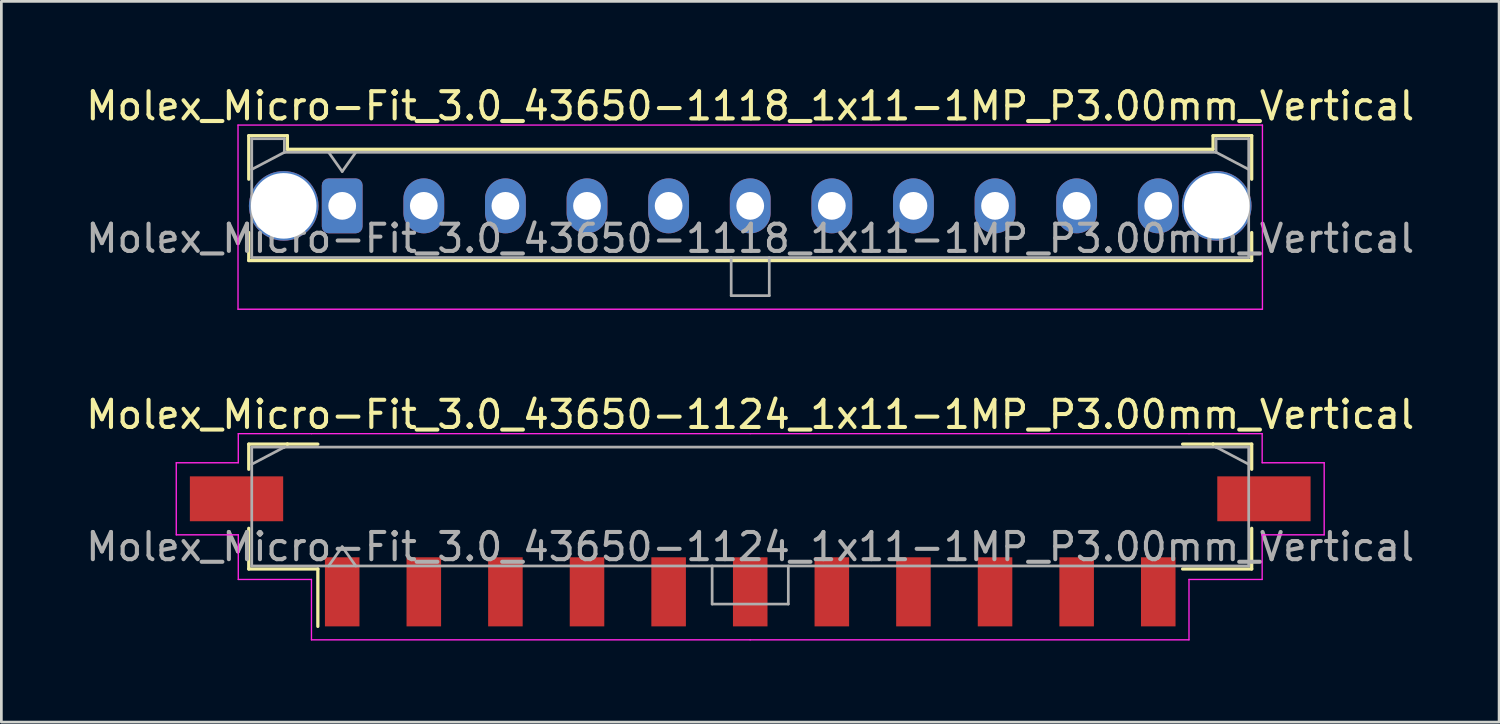
<source format=kicad_pcb>
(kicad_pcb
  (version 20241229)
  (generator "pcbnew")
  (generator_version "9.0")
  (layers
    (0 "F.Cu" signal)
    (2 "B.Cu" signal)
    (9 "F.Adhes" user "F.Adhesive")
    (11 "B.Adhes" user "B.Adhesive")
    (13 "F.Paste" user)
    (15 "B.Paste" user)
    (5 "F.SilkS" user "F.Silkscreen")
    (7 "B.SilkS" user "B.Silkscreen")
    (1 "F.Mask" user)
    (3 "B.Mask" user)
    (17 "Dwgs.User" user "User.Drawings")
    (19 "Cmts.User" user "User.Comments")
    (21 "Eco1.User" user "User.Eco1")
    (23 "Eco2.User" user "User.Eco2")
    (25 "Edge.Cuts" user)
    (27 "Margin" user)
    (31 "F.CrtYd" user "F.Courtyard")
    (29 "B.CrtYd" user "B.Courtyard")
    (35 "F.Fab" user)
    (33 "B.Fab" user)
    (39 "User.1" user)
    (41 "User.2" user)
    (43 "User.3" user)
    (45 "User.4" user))
  (footprint "Molex_Micro-Fit_3.0_43650-1124_1x11-1MP_P3.00mm_Vertical"
    (layer "F.Cu")
    (at 24.53 15.572)
    (property "Reference" "Molex_Micro-Fit_3.0_43650-1124_1x11-1MP_P3.00mm_Vertical" (at 0 -3.38 0) (layer "F.SilkS") (effects (font (size 1 1) (thickness 0.15))))
    (attr smd)
    (fp_line (start -18.435 -2.295) (end -17.015 -2.295) (stroke (width 0.12) (type solid)) (layer "F.SilkS"))
    (fp_line (start -18.435 -1.37) (end -18.435 -2.295) (stroke (width 0.12) (type solid)) (layer "F.SilkS"))
    (fp_line (start -18.435 0.8) (end -18.435 2.295) (stroke (width 0.12) (type solid)) (layer "F.SilkS"))
    (fp_line (start -18.435 2.295) (end -15.895 2.295) (stroke (width 0.12) (type solid)) (layer "F.SilkS"))
    (fp_line (start -17.015 -2.295) (end -17.015 -2.295) (stroke (width 0.12) (type solid)) (layer "F.SilkS"))
    (fp_line (start -17.015 -2.295) (end -15.895 -2.295) (stroke (width 0.12) (type solid)) (layer "F.SilkS"))
    (fp_line (start -15.895 2.295) (end -15.895 4.405) (stroke (width 0.12) (type solid)) (layer "F.SilkS"))
    (fp_line (start 17.015 -2.295) (end 15.895 -2.295) (stroke (width 0.12) (type solid)) (layer "F.SilkS"))
    (fp_line (start 17.015 -2.295) (end 17.015 -2.295) (stroke (width 0.12) (type solid)) (layer "F.SilkS"))
    (fp_line (start 18.435 -2.295) (end 17.015 -2.295) (stroke (width 0.12) (type solid)) (layer "F.SilkS"))
    (fp_line (start 18.435 -1.37) (end 18.435 -2.295) (stroke (width 0.12) (type solid)) (layer "F.SilkS"))
    (fp_line (start 18.435 0.8) (end 18.435 2.295) (stroke (width 0.12) (type solid)) (layer "F.SilkS"))
    (fp_line (start 18.435 2.295) (end 15.895 2.295) (stroke (width 0.12) (type solid)) (layer "F.SilkS"))
    (fp_line (start -21.1 -1.61) (end -21.1 1.04) (stroke (width 0.05) (type solid)) (layer "F.CrtYd"))
    (fp_line (start -21.1 1.04) (end -18.82 1.04) (stroke (width 0.05) (type solid)) (layer "F.CrtYd"))
    (fp_line (start -18.82 -2.68) (end -18.82 -1.61) (stroke (width 0.05) (type solid)) (layer "F.CrtYd"))
    (fp_line (start -18.82 -1.61) (end -21.1 -1.61) (stroke (width 0.05) (type solid)) (layer "F.CrtYd"))
    (fp_line (start -18.82 1.04) (end -18.82 2.68) (stroke (width 0.05) (type solid)) (layer "F.CrtYd"))
    (fp_line (start -18.82 2.68) (end -16.13 2.68) (stroke (width 0.05) (type solid)) (layer "F.CrtYd"))
    (fp_line (start -16.13 -2.68) (end -18.82 -2.68) (stroke (width 0.05) (type solid)) (layer "F.CrtYd"))
    (fp_line (start -16.13 2.68) (end -16.13 4.9) (stroke (width 0.05) (type solid)) (layer "F.CrtYd"))
    (fp_line (start -16.13 4.9) (end 0 4.9) (stroke (width 0.05) (type solid)) (layer "F.CrtYd"))
    (fp_line (start 0 -2.68) (end -16.13 -2.68) (stroke (width 0.05) (type solid)) (layer "F.CrtYd"))
    (fp_line (start 0 -2.68) (end 16.13 -2.68) (stroke (width 0.05) (type solid)) (layer "F.CrtYd"))
    (fp_line (start 16.13 -2.68) (end 18.82 -2.68) (stroke (width 0.05) (type solid)) (layer "F.CrtYd"))
    (fp_line (start 16.13 2.68) (end 16.13 4.9) (stroke (width 0.05) (type solid)) (layer "F.CrtYd"))
    (fp_line (start 16.13 4.9) (end 0 4.9) (stroke (width 0.05) (type solid)) (layer "F.CrtYd"))
    (fp_line (start 18.82 -2.68) (end 18.82 -1.61) (stroke (width 0.05) (type solid)) (layer "F.CrtYd"))
    (fp_line (start 18.82 -1.61) (end 21.1 -1.61) (stroke (width 0.05) (type solid)) (layer "F.CrtYd"))
    (fp_line (start 18.82 1.04) (end 18.82 2.68) (stroke (width 0.05) (type solid)) (layer "F.CrtYd"))
    (fp_line (start 18.82 2.68) (end 16.13 2.68) (stroke (width 0.05) (type solid)) (layer "F.CrtYd"))
    (fp_line (start 21.1 -1.61) (end 21.1 1.04) (stroke (width 0.05) (type solid)) (layer "F.CrtYd"))
    (fp_line (start 21.1 1.04) (end 18.82 1.04) (stroke (width 0.05) (type solid)) (layer "F.CrtYd"))
    (fp_line (start -18.325 -2.185) (end -18.325 2.185) (stroke (width 0.1) (type solid)) (layer "F.Fab"))
    (fp_line (start -18.325 -1.555) (end -17.125 -2.185) (stroke (width 0.1) (type solid)) (layer "F.Fab"))
    (fp_line (start -18.325 2.185) (end 18.325 2.185) (stroke (width 0.1) (type solid)) (layer "F.Fab"))
    (fp_line (start -17.125 -2.185) (end -18.325 -2.185) (stroke (width 0.1) (type solid)) (layer "F.Fab"))
    (fp_line (start -17.125 -2.185) (end -17.125 -2.185) (stroke (width 0.1) (type solid)) (layer "F.Fab"))
    (fp_line (start -15.5 2.185) (end -15 1.478) (stroke (width 0.1) (type solid)) (layer "F.Fab"))
    (fp_line (start -15 1.478) (end -14.5 2.185) (stroke (width 0.1) (type solid)) (layer "F.Fab"))
    (fp_line (start -1.4 2.185) (end -1.4 3.585) (stroke (width 0.1) (type solid)) (layer "F.Fab"))
    (fp_line (start -1.4 3.585) (end 1.4 3.585) (stroke (width 0.1) (type solid)) (layer "F.Fab"))
    (fp_line (start 1.4 3.585) (end 1.4 2.185) (stroke (width 0.1) (type solid)) (layer "F.Fab"))
    (fp_line (start 17.125 -2.185) (end -17.125 -2.185) (stroke (width 0.1) (type solid)) (layer "F.Fab"))
    (fp_line (start 17.125 -2.185) (end 17.125 -2.185) (stroke (width 0.1) (type solid)) (layer "F.Fab"))
    (fp_line (start 18.325 -2.185) (end 17.125 -2.185) (stroke (width 0.1) (type solid)) (layer "F.Fab"))
    (fp_line (start 18.325 -1.555) (end 17.125 -2.185) (stroke (width 0.1) (type solid)) (layer "F.Fab"))
    (fp_line (start 18.325 2.185) (end 18.325 -2.185) (stroke (width 0.1) (type solid)) (layer "F.Fab"))
    (fp_text user "${REFERENCE}" (at 0 1.48 0) (layer "F.Fab") (effects (font (size 1 1) (thickness 0.15))))
    (pad "1" smd rect (at -15 3.135) (size 1.27 2.54) (layers "F.Cu" "F.Mask" "F.Paste"))
    (pad "2" smd rect (at -12 3.135) (size 1.27 2.54) (layers "F.Cu" "F.Mask" "F.Paste"))
    (pad "3" smd rect (at -9 3.135) (size 1.27 2.54) (layers "F.Cu" "F.Mask" "F.Paste"))
    (pad "4" smd rect (at -6 3.135) (size 1.27 2.54) (layers "F.Cu" "F.Mask" "F.Paste"))
    (pad "5" smd rect (at -3 3.135) (size 1.27 2.54) (layers "F.Cu" "F.Mask" "F.Paste"))
    (pad "6" smd rect (at 0 3.135) (size 1.27 2.54) (layers "F.Cu" "F.Mask" "F.Paste"))
    (pad "7" smd rect (at 3 3.135) (size 1.27 2.54) (layers "F.Cu" "F.Mask" "F.Paste"))
    (pad "8" smd rect (at 6 3.135) (size 1.27 2.54) (layers "F.Cu" "F.Mask" "F.Paste"))
    (pad "9" smd rect (at 9 3.135) (size 1.27 2.54) (layers "F.Cu" "F.Mask" "F.Paste"))
    (pad "10" smd rect (at 12 3.135) (size 1.27 2.54) (layers "F.Cu" "F.Mask" "F.Paste"))
    (pad "11" smd rect (at 15 3.135) (size 1.27 2.54) (layers "F.Cu" "F.Mask" "F.Paste"))
    (pad "MP" smd rect (at -18.885 -0.285) (size 3.43 1.65) (layers "F.Cu" "F.Mask" "F.Paste"))
    (pad "MP" smd rect (at 18.885 -0.285) (size 3.43 1.65) (layers "F.Cu" "F.Mask" "F.Paste")))
  (footprint "Molex_Micro-Fit_3.0_43650-1118_1x11-1MP_P3.00mm_Vertical"
    (layer "F.Cu")
    (at 9.53 4.518)
    (property "Reference" "Molex_Micro-Fit_3.0_43650-1118_1x11-1MP_P3.00mm_Vertical" (at 15 -3.67 0) (layer "F.SilkS") (effects (font (size 1 1) (thickness 0.15))))
    (fp_line (start -3.435 -2.58) (end -2.015 -2.58) (stroke (width 0.12) (type solid)) (layer "F.SilkS"))
    (fp_line (start -3.435 -0.98) (end -3.435 -2.58) (stroke (width 0.12) (type solid)) (layer "F.SilkS"))
    (fp_line (start -3.435 0.98) (end -3.435 2.01) (stroke (width 0.12) (type solid)) (layer "F.SilkS"))
    (fp_line (start -3.435 2.01) (end 33.435 2.01) (stroke (width 0.12) (type solid)) (layer "F.SilkS"))
    (fp_line (start -2.015 -2.58) (end -2.015 -2.08) (stroke (width 0.12) (type solid)) (layer "F.SilkS"))
    (fp_line (start -2.015 -2.08) (end 32.015 -2.08) (stroke (width 0.12) (type solid)) (layer "F.SilkS"))
    (fp_line (start 32.015 -2.58) (end 33.435 -2.58) (stroke (width 0.12) (type solid)) (layer "F.SilkS"))
    (fp_line (start 32.015 -2.08) (end 32.015 -2.58) (stroke (width 0.12) (type solid)) (layer "F.SilkS"))
    (fp_line (start 33.435 -2.58) (end 33.435 -0.98) (stroke (width 0.12) (type solid)) (layer "F.SilkS"))
    (fp_line (start 33.435 2.01) (end 33.435 0.98) (stroke (width 0.12) (type solid)) (layer "F.SilkS"))
    (fp_line (start -3.83 -2.97) (end 33.83 -2.97) (stroke (width 0.05) (type solid)) (layer "F.CrtYd"))
    (fp_line (start -3.83 3.8) (end -3.83 -2.97) (stroke (width 0.05) (type solid)) (layer "F.CrtYd"))
    (fp_line (start 33.83 -2.97) (end 33.83 3.8) (stroke (width 0.05) (type solid)) (layer "F.CrtYd"))
    (fp_line (start 33.83 3.8) (end -3.83 3.8) (stroke (width 0.05) (type solid)) (layer "F.CrtYd"))
    (fp_line (start -3.325 -2.47) (end -3.325 1.9) (stroke (width 0.1) (type solid)) (layer "F.Fab"))
    (fp_line (start -3.325 -1.34) (end -2.125 -1.97) (stroke (width 0.1) (type solid)) (layer "F.Fab"))
    (fp_line (start -3.325 1.9) (end 33.325 1.9) (stroke (width 0.1) (type solid)) (layer "F.Fab"))
    (fp_line (start -2.125 -2.47) (end -3.325 -2.47) (stroke (width 0.1) (type solid)) (layer "F.Fab"))
    (fp_line (start -2.125 -1.97) (end -2.125 -2.47) (stroke (width 0.1) (type solid)) (layer "F.Fab"))
    (fp_line (start -0.5 -1.97) (end 0 -1.263) (stroke (width 0.1) (type solid)) (layer "F.Fab"))
    (fp_line (start 0 -1.263) (end 0.5 -1.97) (stroke (width 0.1) (type solid)) (layer "F.Fab"))
    (fp_line (start 14.3 1.9) (end 14.3 3.3) (stroke (width 0.1) (type solid)) (layer "F.Fab"))
    (fp_line (start 14.3 3.3) (end 15.7 3.3) (stroke (width 0.1) (type solid)) (layer "F.Fab"))
    (fp_line (start 15.7 3.3) (end 15.7 1.9) (stroke (width 0.1) (type solid)) (layer "F.Fab"))
    (fp_line (start 32.125 -2.47) (end 32.125 -1.97) (stroke (width 0.1) (type solid)) (layer "F.Fab"))
    (fp_line (start 32.125 -1.97) (end -2.125 -1.97) (stroke (width 0.1) (type solid)) (layer "F.Fab"))
    (fp_line (start 33.325 -2.47) (end 32.125 -2.47) (stroke (width 0.1) (type solid)) (layer "F.Fab"))
    (fp_line (start 33.325 -1.34) (end 32.125 -1.97) (stroke (width 0.1) (type solid)) (layer "F.Fab"))
    (fp_line (start 33.325 1.9) (end 33.325 -2.47) (stroke (width 0.1) (type solid)) (layer "F.Fab"))
    (fp_text user "${REFERENCE}" (at 15 1.2 0) (layer "F.Fab") (effects (font (size 1 1) (thickness 0.15))))
    (pad "1" thru_hole roundrect (at 0 0) (size 1.5 2.02) (drill 1.02) (layers "*.Cu" "*.Mask") (roundrect_rratio 0.167))
    (pad "2" thru_hole oval (at 3 0) (size 1.5 2.02) (drill 1.02) (layers "*.Cu" "*.Mask"))
    (pad "3" thru_hole oval (at 6 0) (size 1.5 2.02) (drill 1.02) (layers "*.Cu" "*.Mask"))
    (pad "4" thru_hole oval (at 9 0) (size 1.5 2.02) (drill 1.02) (layers "*.Cu" "*.Mask"))
    (pad "5" thru_hole oval (at 12 0) (size 1.5 2.02) (drill 1.02) (layers "*.Cu" "*.Mask"))
    (pad "6" thru_hole oval (at 15 0) (size 1.5 2.02) (drill 1.02) (layers "*.Cu" "*.Mask"))
    (pad "7" thru_hole oval (at 18 0) (size 1.5 2.02) (drill 1.02) (layers "*.Cu" "*.Mask"))
    (pad "8" thru_hole oval (at 21 0) (size 1.5 2.02) (drill 1.02) (layers "*.Cu" "*.Mask"))
    (pad "9" thru_hole oval (at 24 0) (size 1.5 2.02) (drill 1.02) (layers "*.Cu" "*.Mask"))
    (pad "10" thru_hole oval (at 27 0) (size 1.5 2.02) (drill 1.02) (layers "*.Cu" "*.Mask"))
    (pad "11" thru_hole oval (at 30 0) (size 1.5 2.02) (drill 1.02) (layers "*.Cu" "*.Mask"))
    (pad "MP" thru_hole circle (at -2.15 0) (size 2.56 2.56) (drill 2.41) (layers "*.Cu" "*.Mask"))
    (pad "MP" thru_hole circle (at 32.15 0) (size 2.56 2.56) (drill 2.41) (layers "*.Cu" "*.Mask")))
  (gr_rect
    (start -3 -3)
    (end 52.06 23.497)
    (stroke (width 0.1) (type default))
    (fill no)
    (layer "Edge.Cuts")))
</source>
